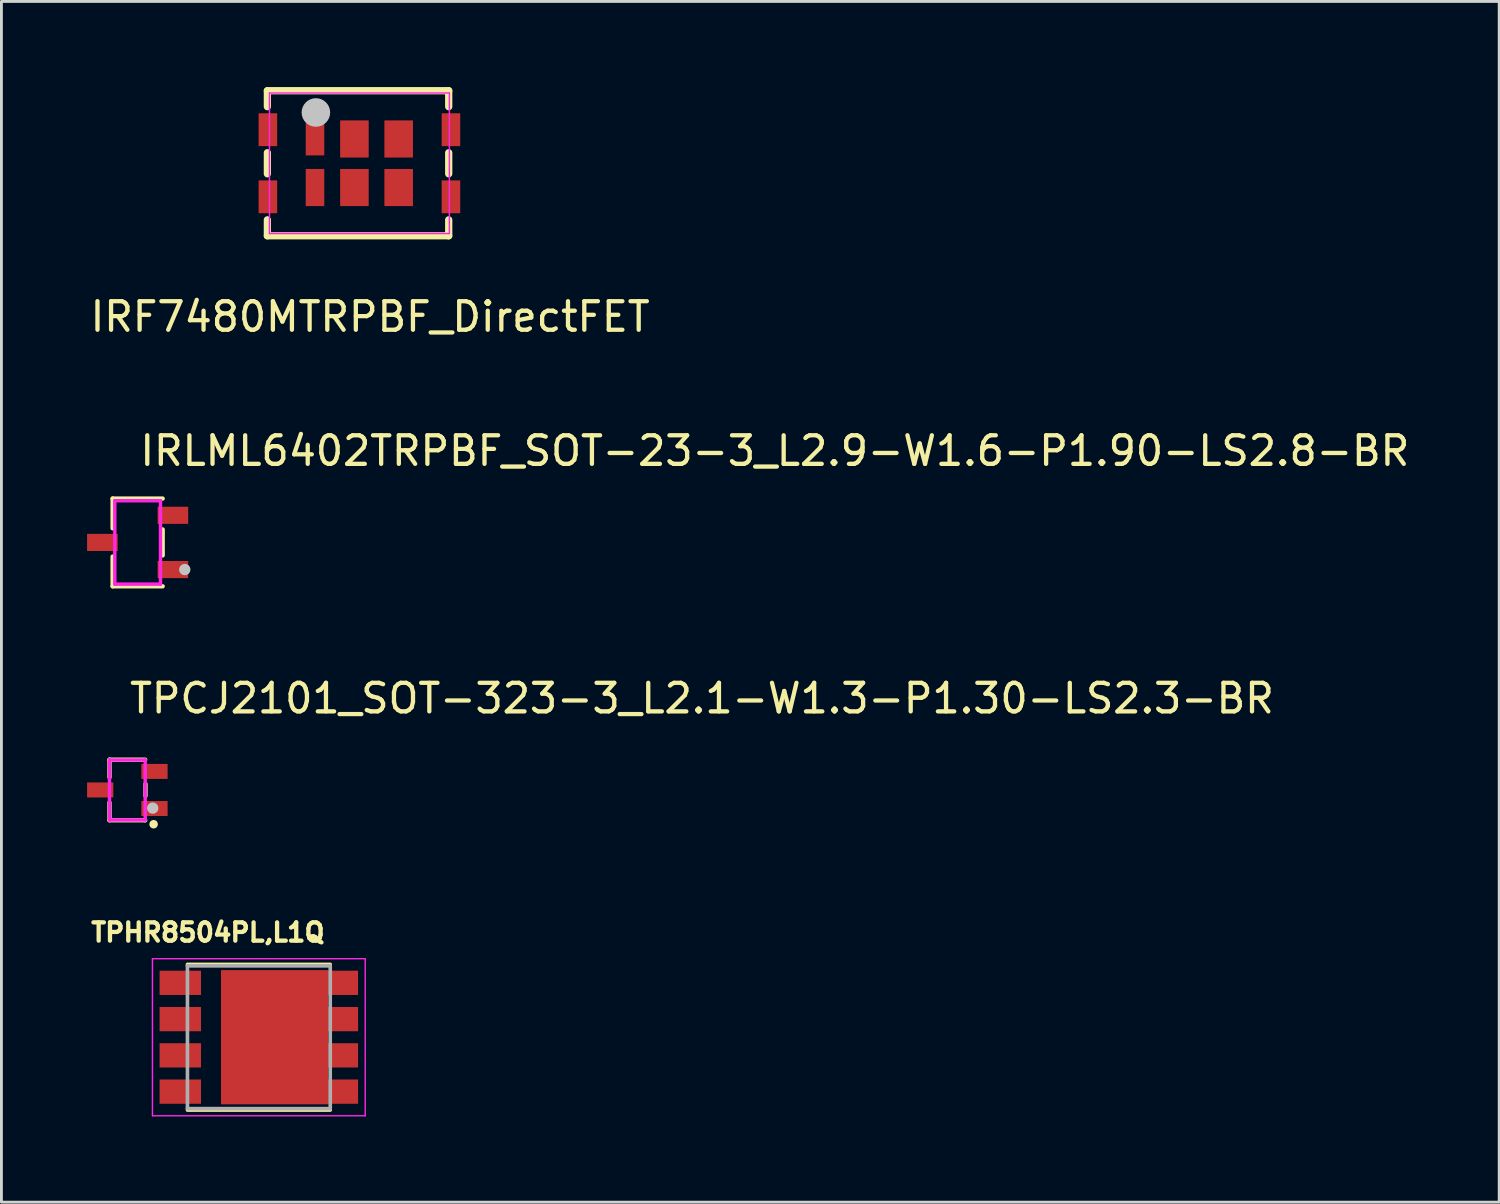
<source format=kicad_pcb>
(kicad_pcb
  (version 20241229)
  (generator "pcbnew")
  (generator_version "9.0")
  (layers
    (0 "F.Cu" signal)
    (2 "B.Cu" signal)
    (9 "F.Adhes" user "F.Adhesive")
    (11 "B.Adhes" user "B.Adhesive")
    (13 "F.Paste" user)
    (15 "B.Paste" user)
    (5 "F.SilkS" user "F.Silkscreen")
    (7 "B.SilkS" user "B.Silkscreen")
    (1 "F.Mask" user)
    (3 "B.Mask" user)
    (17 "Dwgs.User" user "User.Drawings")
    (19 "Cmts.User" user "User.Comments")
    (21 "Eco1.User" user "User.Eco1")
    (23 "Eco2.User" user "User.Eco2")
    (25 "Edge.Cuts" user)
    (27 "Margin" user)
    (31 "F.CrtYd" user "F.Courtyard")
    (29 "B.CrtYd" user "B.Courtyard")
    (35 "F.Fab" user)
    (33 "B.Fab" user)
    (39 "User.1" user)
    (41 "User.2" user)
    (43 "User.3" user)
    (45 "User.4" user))
  (footprint "TPHR8504PL,L1Q"
    (layer "F.Cu")
    (at 6.014 33.272)
    (property "Reference" "TPHR8504PL,L1Q" (at -1.784 -3.671 0) (layer "F.SilkS") (effects (font (size 0.64 0.64) (thickness 0.15))))
    (attr smd)
    (fp_line (start -2.5 -2.55) (end 2.5 -2.55) (stroke (width 0.127) (type solid)) (layer "F.SilkS"))
    (fp_line (start -2.5 2.55) (end 2.5 2.55) (stroke (width 0.127) (type solid)) (layer "F.SilkS"))
    (fp_poly (pts (xy -0.94 -1.186) (xy 2.04 -1.186) (xy 2.04 1.186) (xy -0.94 1.186)) (stroke (width 0.01) (type solid)) (fill yes) (layer "F.Paste"))
    (fp_line (start -3.725 -2.75) (end 3.725 -2.75) (stroke (width 0.05) (type solid)) (layer "F.CrtYd"))
    (fp_line (start -3.725 2.75) (end -3.725 -2.75) (stroke (width 0.05) (type solid)) (layer "F.CrtYd"))
    (fp_line (start 3.725 -2.75) (end 3.725 2.75) (stroke (width 0.05) (type solid)) (layer "F.CrtYd"))
    (fp_line (start 3.725 2.75) (end -3.725 2.75) (stroke (width 0.05) (type solid)) (layer "F.CrtYd"))
    (fp_line (start -2.5 -2.5) (end 2.5 -2.5) (stroke (width 0.127) (type solid)) (layer "F.Fab"))
    (fp_line (start -2.5 2.5) (end -2.5 -2.5) (stroke (width 0.127) (type solid)) (layer "F.Fab"))
    (fp_line (start 2.5 -2.5) (end 2.5 2.5) (stroke (width 0.127) (type solid)) (layer "F.Fab"))
    (fp_line (start 2.5 2.5) (end -2.5 2.5) (stroke (width 0.127) (type solid)) (layer "F.Fab"))
    (pad "1" smd rect (at -2.75 -1.905) (size 1.45 0.85) (layers "F.Cu" "F.Mask" "F.Paste"))
    (pad "2" smd rect (at -2.75 -0.635) (size 1.45 0.85) (layers "F.Cu" "F.Mask" "F.Paste"))
    (pad "3" smd rect (at -2.75 0.635) (size 1.45 0.85) (layers "F.Cu" "F.Mask" "F.Paste"))
    (pad "4" smd rect (at -2.75 1.905) (size 1.45 0.85) (layers "F.Cu" "F.Mask" "F.Paste"))
    (pad "5" smd rect (at 2.95 1.905) (size 1.05 0.85) (layers "F.Cu" "F.Mask" "F.Paste"))
    (pad "6" smd rect (at 2.95 0.635) (size 1.05 0.85) (layers "F.Cu" "F.Mask" "F.Paste"))
    (pad "7" smd rect (at 2.95 -0.635) (size 1.05 0.85) (layers "F.Cu" "F.Mask" "F.Paste"))
    (pad "8" smd rect (at 2.95 -1.905) (size 1.05 0.85) (layers "F.Cu" "F.Mask" "F.Paste"))
    (pad "9" smd rect (at 0.55 0) (size 3.75 4.7) (layers "F.Cu" "F.Mask")))
  (footprint "IRF7480MTRPBF_DirectFET"
    (layer "F.Cu")
    (at 9.536 2.667)
    (property "Reference" "IRF7480MTRPBF_DirectFET" (at 0.375 5.375 0) (layer "F.SilkS") (effects (font (size 1 1) (thickness 0.15))))
    (attr smd)
    (fp_line (start -3.223 -2.54) (end -3.223 -1.981) (stroke (width 0.254) (type solid)) (layer "F.SilkS"))
    (fp_line (start -3.223 -2.54) (end 3.127 -2.54) (stroke (width 0.254) (type solid)) (layer "F.SilkS"))
    (fp_line (start -3.223 -0.369) (end -3.223 0.369) (stroke (width 0.254) (type solid)) (layer "F.SilkS"))
    (fp_line (start -3.223 1.981) (end -3.223 2.54) (stroke (width 0.254) (type solid)) (layer "F.SilkS"))
    (fp_line (start -3.223 2.54) (end 3.127 2.54) (stroke (width 0.254) (type solid)) (layer "F.SilkS"))
    (fp_line (start 3.127 -2.54) (end 3.127 -1.981) (stroke (width 0.254) (type solid)) (layer "F.SilkS"))
    (fp_line (start 3.127 -0.369) (end 3.127 0.369) (stroke (width 0.254) (type solid)) (layer "F.SilkS"))
    (fp_line (start 3.127 1.981) (end 3.127 2.54) (stroke (width 0.254) (type solid)) (layer "F.SilkS"))
    (fp_circle (center -1.524 -1.778) (end -1.274 -1.778) (stroke (width 0.5) (type solid)) (fill no) (layer "Dwgs.User"))
    (fp_poly (pts (xy -3.53 -1.75) (xy -2.88 -1.75) (xy -2.88 -0.6) (xy -3.53 -0.6)) (stroke (width 0.005) (type solid)) (fill no) (layer "Eco2.User"))
    (fp_poly (pts (xy -3.53 0.6) (xy -2.88 0.6) (xy -2.88 1.75) (xy -3.53 1.75)) (stroke (width 0.005) (type solid)) (fill no) (layer "Eco2.User"))
    (fp_poly (pts (xy -1.855 -1.425) (xy -1.255 -1.425) (xy -1.255 -0.275) (xy -1.855 -0.275)) (stroke (width 0.005) (type solid)) (fill no) (layer "Eco2.User"))
    (fp_poly (pts (xy -1.855 0.2) (xy -1.255 0.2) (xy -1.255 1.5) (xy -1.855 1.5)) (stroke (width 0.005) (type solid)) (fill no) (layer "Eco2.User"))
    (fp_poly (pts (xy -0.65 -1.5) (xy 0.3 -1.5) (xy 0.3 -0.2) (xy -0.65 -0.2)) (stroke (width 0.005) (type solid)) (fill no) (layer "Eco2.User"))
    (fp_poly (pts (xy -0.65 0.2) (xy 0.3 0.2) (xy 0.3 1.5) (xy -0.65 1.5)) (stroke (width 0.005) (type solid)) (fill no) (layer "Eco2.User"))
    (fp_poly (pts (xy 0.9 -1.5) (xy 1.85 -1.5) (xy 1.85 -0.2) (xy 0.9 -0.2)) (stroke (width 0.005) (type solid)) (fill no) (layer "Eco2.User"))
    (fp_poly (pts (xy 0.9 0.2) (xy 1.85 0.2) (xy 1.85 1.5) (xy 0.9 1.5)) (stroke (width 0.005) (type solid)) (fill no) (layer "Eco2.User"))
    (fp_poly (pts (xy 2.88 -1.75) (xy 3.53 -1.75) (xy 3.53 -0.6) (xy 2.88 -0.6)) (stroke (width 0.005) (type solid)) (fill no) (layer "Eco2.User"))
    (fp_poly (pts (xy 2.88 0.6) (xy 3.53 0.6) (xy 3.53 1.75) (xy 2.88 1.75)) (stroke (width 0.005) (type solid)) (fill no) (layer "Eco2.User"))
    (fp_poly (pts (xy -3.47 -2.46) (xy -3.471 -2.472) (xy -3.475 -2.483) (xy -3.48 -2.493) (xy -3.488 -2.502) (xy -3.497 -2.51) (xy -3.507 -2.515) (xy -3.518 -2.519) (xy -3.53 -2.52) (xy -3.542 -2.519) (xy -3.553 -2.515) (xy -3.563 -2.51) (xy -3.572 -2.502) (xy -3.58 -2.493) (xy -3.585 -2.483) (xy -3.589 -2.472) (xy -3.59 -2.46) (xy -3.589 -2.448) (xy -3.585 -2.437) (xy -3.58 -2.427) (xy -3.572 -2.418) (xy -3.563 -2.41) (xy -3.553 -2.405) (xy -3.542 -2.401) (xy -3.53 -2.4) (xy -3.518 -2.401) (xy -3.507 -2.405) (xy -3.497 -2.41) (xy -3.488 -2.418) (xy -3.48 -2.427) (xy -3.475 -2.437) (xy -3.471 -2.448)) (stroke (width 0.005) (type solid)) (fill no) (layer "Eco2.User"))
    (fp_line (start -3.15 -2.46) (end 3.15 -2.46) (stroke (width 0.051) (type solid)) (layer "F.CrtYd"))
    (fp_line (start -3.15 2.46) (end -3.15 -2.46) (stroke (width 0.051) (type solid)) (layer "F.CrtYd"))
    (fp_line (start 3.15 -2.46) (end 3.15 2.46) (stroke (width 0.051) (type solid)) (layer "F.CrtYd"))
    (fp_line (start 3.15 2.46) (end -3.15 2.46) (stroke (width 0.051) (type solid)) (layer "F.CrtYd"))
    (pad "1" smd rect (at -1.555 -0.85) (size 0.65 1.15) (layers "F.Cu" "F.Mask" "F.Paste"))
    (pad "2" smd rect (at -0.175 -0.85) (size 1 1.3) (layers "F.Cu" "F.Mask" "F.Paste"))
    (pad "3" smd rect (at 1.375 -0.85) (size 1 1.3) (layers "F.Cu" "F.Mask" "F.Paste"))
    (pad "4" smd rect (at 1.375 0.85) (size 1 1.3) (layers "F.Cu" "F.Mask" "F.Paste"))
    (pad "5" smd rect (at -0.175 0.85) (size 1 1.3) (layers "F.Cu" "F.Mask" "F.Paste"))
    (pad "6" smd rect (at -1.555 0.85) (size 0.65 1.3) (layers "F.Cu" "F.Mask" "F.Paste"))
    (pad "7" smd rect (at -3.205 -1.175) (size 0.65 1.15) (layers "F.Cu" "F.Mask" "F.Paste"))
    (pad "8" smd rect (at -3.205 1.175) (size 0.65 1.15) (layers "F.Cu" "F.Mask" "F.Paste"))
    (pad "9" smd rect (at 3.205 1.175) (size 0.65 1.15) (layers "F.Cu" "F.Mask" "F.Paste"))
    (pad "10" smd rect (at 3.205 -1.175) (size 0.65 1.15) (layers "F.Cu" "F.Mask" "F.Paste")))
  (footprint "IRLML6402TRPBF_SOT-23-3_L2.9-W1.6-P1.90-LS2.8-BR"
    (layer "F.Cu")
    (at 1.77 15.945)
    (property "Reference" "IRLML6402TRPBF_SOT-23-3_L2.9-W1.6-P1.90-LS2.8-BR" (at 0 -3.207 0) (layer "F.SilkS") (effects (font (size 1 1) (thickness 0.15)) (justify left)))
    (attr through_hole)
    (fp_line (start -0.876 -1.536) (end -0.876 -0.495) (stroke (width 0.152) (type solid)) (layer "F.SilkS"))
    (fp_line (start -0.876 1.536) (end -0.876 0.495) (stroke (width 0.152) (type solid)) (layer "F.SilkS"))
    (fp_line (start 0.876 -1.536) (end -0.876 -1.536) (stroke (width 0.152) (type solid)) (layer "F.SilkS"))
    (fp_line (start 0.876 -0.455) (end 0.876 0.455) (stroke (width 0.152) (type solid)) (layer "F.SilkS"))
    (fp_line (start 0.876 1.536) (end -0.876 1.536) (stroke (width 0.152) (type solid)) (layer "F.SilkS"))
    (fp_circle (center 1.651 0.95) (end 1.751 0.95) (stroke (width 0.2) (type solid)) (fill no) (layer "Dwgs.User"))
    (fp_line (start -0.96 -0.2) (end -0.79 -0.2) (stroke (width 0.12) (type solid)) (layer "Eco2.User"))
    (fp_line (start -0.96 0.2) (end -0.96 -0.2) (stroke (width 0.12) (type solid)) (layer "Eco2.User"))
    (fp_line (start -0.79 -0.2) (end -0.79 0.2) (stroke (width 0.12) (type solid)) (layer "Eco2.User"))
    (fp_line (start -0.79 0.2) (end -0.96 0.2) (stroke (width 0.12) (type solid)) (layer "Eco2.User"))
    (fp_line (start 0.79 -1.15) (end 0.96 -1.15) (stroke (width 0.12) (type solid)) (layer "Eco2.User"))
    (fp_line (start 0.79 -0.75) (end 0.79 -1.15) (stroke (width 0.12) (type solid)) (layer "Eco2.User"))
    (fp_line (start 0.79 0.75) (end 0.96 0.75) (stroke (width 0.12) (type solid)) (layer "Eco2.User"))
    (fp_line (start 0.79 1.15) (end 0.79 0.75) (stroke (width 0.12) (type solid)) (layer "Eco2.User"))
    (fp_line (start 0.96 -1.15) (end 0.96 -0.75) (stroke (width 0.12) (type solid)) (layer "Eco2.User"))
    (fp_line (start 0.96 -0.75) (end 0.79 -0.75) (stroke (width 0.12) (type solid)) (layer "Eco2.User"))
    (fp_line (start 0.96 0.75) (end 0.96 1.15) (stroke (width 0.12) (type solid)) (layer "Eco2.User"))
    (fp_line (start 0.96 1.15) (end 0.79 1.15) (stroke (width 0.12) (type solid)) (layer "Eco2.User"))
    (fp_circle (center 1.4 1.46) (end 1.43 1.46) (stroke (width 0.06) (type solid)) (fill no) (layer "Eco2.User"))
    (fp_poly (pts (xy -0.95 0.2) (xy -0.95 -0.2) (xy -1.4 -0.2) (xy -1.4 0.2)) (stroke (width 0.12) (type solid)) (fill no) (layer "Eco2.User"))
    (fp_poly (pts (xy 0.95 -0.75) (xy 0.95 -1.15) (xy 1.4 -1.15) (xy 1.4 -0.75)) (stroke (width 0.12) (type solid)) (fill no) (layer "Eco2.User"))
    (fp_poly (pts (xy 0.95 1.15) (xy 0.95 0.75) (xy 1.4 0.75) (xy 1.4 1.15)) (stroke (width 0.12) (type solid)) (fill no) (layer "Eco2.User"))
    (fp_line (start -0.8 -1.46) (end 0.8 -1.46) (stroke (width 0.12) (type solid)) (layer "F.CrtYd"))
    (fp_line (start -0.8 1.46) (end -0.8 -1.46) (stroke (width 0.12) (type solid)) (layer "F.CrtYd"))
    (fp_line (start 0.8 -1.46) (end 0.8 1.46) (stroke (width 0.12) (type solid)) (layer "F.CrtYd"))
    (fp_line (start 0.8 1.46) (end -0.8 1.46) (stroke (width 0.12) (type solid)) (layer "F.CrtYd"))
    (pad "1" smd rect (at 1.235 0.95) (size 1.07 0.6) (layers "F.Cu" "F.Mask" "F.Paste"))
    (pad "2" smd rect (at 1.235 -0.95) (size 1.07 0.6) (layers "F.Cu" "F.Mask" "F.Paste"))
    (pad "3" smd rect (at -1.235 0) (size 1.07 0.6) (layers "F.Cu" "F.Mask" "F.Paste")))
  (footprint "TPCJ2101_SOT-323-3_L2.1-W1.3-P1.30-LS2.3-BR"
    (layer "F.Cu")
    (at 1.409 24.613)
    (property "Reference" "TPCJ2101_SOT-323-3_L2.1-W1.3-P1.30-LS2.3-BR" (at 0 -3.207 0) (layer "F.SilkS") (effects (font (size 1 1) (thickness 0.15)) (justify left)))
    (attr through_hole)
    (fp_line (start -0.625 -1.06) (end -0.625 -0.443) (stroke (width 0.152) (type solid)) (layer "F.SilkS"))
    (fp_line (start -0.625 -1.06) (end 0.625 -1.06) (stroke (width 0.152) (type solid)) (layer "F.SilkS"))
    (fp_line (start -0.625 0.44) (end -0.625 1.06) (stroke (width 0.152) (type solid)) (layer "F.SilkS"))
    (fp_line (start -0.625 1.06) (end 0.615 1.06) (stroke (width 0.152) (type solid)) (layer "F.SilkS"))
    (fp_line (start 0.615 1.06) (end 0.625 1.06) (stroke (width 0.152) (type solid)) (layer "F.SilkS"))
    (fp_line (start 0.635 0.207) (end 0.635 -0.207) (stroke (width 0.152) (type solid)) (layer "F.SilkS"))
    (fp_circle (center 0.92 1.2) (end 0.995 1.2) (stroke (width 0.15) (type solid)) (fill no) (layer "F.SilkS"))
    (fp_circle (center 0.889 0.635) (end 0.989 0.635) (stroke (width 0.2) (type solid)) (fill no) (layer "Dwgs.User"))
    (fp_line (start -0.795 -0.15) (end -0.62 -0.15) (stroke (width 0.12) (type solid)) (layer "Eco2.User"))
    (fp_line (start -0.795 0.15) (end -0.795 -0.15) (stroke (width 0.12) (type solid)) (layer "Eco2.User"))
    (fp_line (start -0.62 -0.15) (end -0.62 -0.15) (stroke (width 0.12) (type solid)) (layer "Eco2.User"))
    (fp_line (start -0.62 -0.15) (end -0.62 0.15) (stroke (width 0.12) (type solid)) (layer "Eco2.User"))
    (fp_line (start -0.62 0.15) (end -0.795 0.15) (stroke (width 0.12) (type solid)) (layer "Eco2.User"))
    (fp_line (start -0.62 0.15) (end -0.62 0.15) (stroke (width 0.12) (type solid)) (layer "Eco2.User"))
    (fp_line (start 0.62 -0.8) (end 0.62 -0.8) (stroke (width 0.12) (type solid)) (layer "Eco2.User"))
    (fp_line (start 0.62 -0.8) (end 0.62 -0.5) (stroke (width 0.12) (type solid)) (layer "Eco2.User"))
    (fp_line (start 0.62 -0.5) (end 0.62 -0.5) (stroke (width 0.12) (type solid)) (layer "Eco2.User"))
    (fp_line (start 0.62 -0.5) (end 0.795 -0.5) (stroke (width 0.12) (type solid)) (layer "Eco2.User"))
    (fp_line (start 0.62 0.5) (end 0.62 0.5) (stroke (width 0.12) (type solid)) (layer "Eco2.User"))
    (fp_line (start 0.62 0.5) (end 0.62 0.8) (stroke (width 0.12) (type solid)) (layer "Eco2.User"))
    (fp_line (start 0.62 0.8) (end 0.62 0.8) (stroke (width 0.12) (type solid)) (layer "Eco2.User"))
    (fp_line (start 0.62 0.8) (end 0.795 0.8) (stroke (width 0.12) (type solid)) (layer "Eco2.User"))
    (fp_line (start 0.795 -0.8) (end 0.62 -0.8) (stroke (width 0.12) (type solid)) (layer "Eco2.User"))
    (fp_line (start 0.795 -0.5) (end 0.795 -0.8) (stroke (width 0.12) (type solid)) (layer "Eco2.User"))
    (fp_line (start 0.795 0.5) (end 0.62 0.5) (stroke (width 0.12) (type solid)) (layer "Eco2.User"))
    (fp_line (start 0.795 0.8) (end 0.795 0.5) (stroke (width 0.12) (type solid)) (layer "Eco2.User"))
    (fp_circle (center 1.15 1.05) (end 1.18 1.05) (stroke (width 0.06) (type solid)) (fill no) (layer "Eco2.User"))
    (fp_poly (pts (xy -1.15 -0.15) (xy -0.785 -0.15) (xy -0.785 0.15) (xy -1.15 0.15)) (stroke (width 0.12) (type solid)) (fill no) (layer "Eco2.User"))
    (fp_poly (pts (xy 1.15 -0.8) (xy 0.785 -0.8) (xy 0.785 -0.5) (xy 1.15 -0.5)) (stroke (width 0.12) (type solid)) (fill no) (layer "Eco2.User"))
    (fp_poly (pts (xy 1.15 0.5) (xy 0.785 0.5) (xy 0.785 0.8) (xy 1.15 0.8)) (stroke (width 0.12) (type solid)) (fill no) (layer "Eco2.User"))
    (fp_line (start -0.625 -1.05) (end -0.625 -1.05) (stroke (width 0.12) (type solid)) (layer "F.CrtYd"))
    (fp_line (start -0.625 -1.05) (end -0.625 1.05) (stroke (width 0.12) (type solid)) (layer "F.CrtYd"))
    (fp_line (start -0.625 1.05) (end -0.625 1.05) (stroke (width 0.12) (type solid)) (layer "F.CrtYd"))
    (fp_line (start -0.625 1.05) (end 0.625 1.05) (stroke (width 0.12) (type solid)) (layer "F.CrtYd"))
    (fp_line (start 0.625 -1.05) (end -0.625 -1.05) (stroke (width 0.12) (type solid)) (layer "F.CrtYd"))
    (fp_line (start 0.625 1.05) (end 0.625 -1.05) (stroke (width 0.12) (type solid)) (layer "F.CrtYd"))
    (pad "1" smd rect (at 0.95 0.65 90) (size 0.525 0.919) (layers "F.Cu" "F.Mask" "F.Paste"))
    (pad "2" smd rect (at 0.95 -0.65 90) (size 0.525 0.919) (layers "F.Cu" "F.Mask" "F.Paste"))
    (pad "3" smd rect (at -0.95 0 90) (size 0.525 0.919) (layers "F.Cu" "F.Mask" "F.Paste")))
  (gr_rect
    (start -3 -3)
    (end 49.449 39.047)
    (stroke (width 0.1) (type default))
    (fill no)
    (layer "Edge.Cuts")))
</source>
